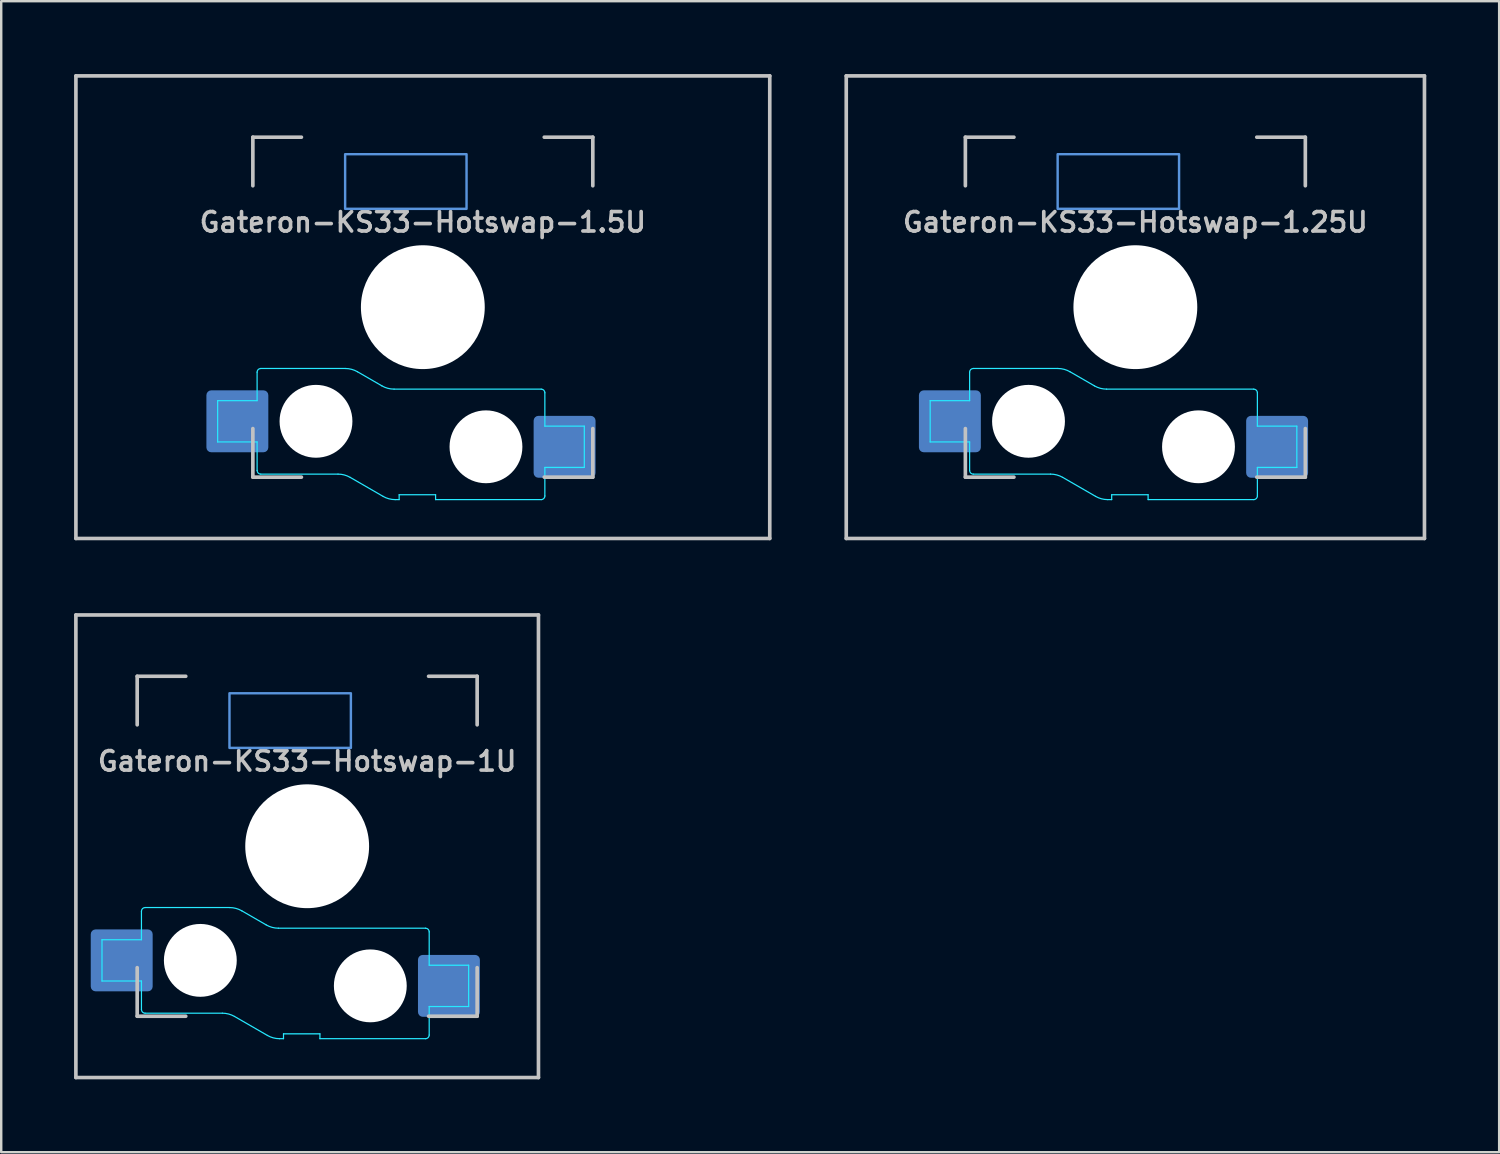
<source format=kicad_pcb>
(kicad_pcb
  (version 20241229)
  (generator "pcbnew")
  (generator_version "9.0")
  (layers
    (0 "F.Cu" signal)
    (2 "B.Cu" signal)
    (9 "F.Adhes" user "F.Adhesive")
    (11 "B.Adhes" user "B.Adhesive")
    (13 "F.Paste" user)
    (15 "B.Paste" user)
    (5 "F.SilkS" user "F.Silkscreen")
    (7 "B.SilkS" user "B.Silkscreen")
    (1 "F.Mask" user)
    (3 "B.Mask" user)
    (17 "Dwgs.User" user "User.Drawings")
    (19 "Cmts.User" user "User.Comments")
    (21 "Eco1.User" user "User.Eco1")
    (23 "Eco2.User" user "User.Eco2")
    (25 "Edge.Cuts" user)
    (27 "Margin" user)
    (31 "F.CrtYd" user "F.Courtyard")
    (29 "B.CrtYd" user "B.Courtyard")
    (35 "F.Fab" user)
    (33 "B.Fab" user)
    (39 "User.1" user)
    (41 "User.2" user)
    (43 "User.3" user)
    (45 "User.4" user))
  (footprint "Gateron-KS33-Hotswap-1.5U"
    (layer "F.Cu")
    (at 14.363 9.6)
    (property "Reference" "Gateron-KS33-Hotswap-1.5U" (at 0 -3.5 0) (layer "Dwgs.User") (effects (font (size 0.8 0.8) (thickness 0.15))))
    (attr smd)
    (fp_line (start -14.287 9.525) (end -14.287 -9.525) (stroke (width 0.15) (type solid)) (layer "Dwgs.User"))
    (fp_line (start -7 -7) (end -7 -5) (stroke (width 0.15) (type solid)) (layer "Dwgs.User"))
    (fp_line (start -7 5) (end -7 7) (stroke (width 0.15) (type solid)) (layer "Dwgs.User"))
    (fp_line (start -7 7) (end -5 7) (stroke (width 0.15) (type solid)) (layer "Dwgs.User"))
    (fp_line (start -5 -7) (end -7 -7) (stroke (width 0.15) (type solid)) (layer "Dwgs.User"))
    (fp_line (start 5 -7) (end 7 -7) (stroke (width 0.15) (type solid)) (layer "Dwgs.User"))
    (fp_line (start 5 7) (end 7 7) (stroke (width 0.15) (type solid)) (layer "Dwgs.User"))
    (fp_line (start 7 -7) (end 7 -5) (stroke (width 0.15) (type solid)) (layer "Dwgs.User"))
    (fp_line (start 7 7) (end 7 5) (stroke (width 0.15) (type solid)) (layer "Dwgs.User"))
    (fp_line (start 14.287 -9.525) (end -14.287 -9.525) (stroke (width 0.15) (type solid)) (layer "Dwgs.User"))
    (fp_line (start 14.287 9.525) (end -14.287 9.525) (stroke (width 0.15) (type solid)) (layer "Dwgs.User"))
    (fp_line (start 14.287 9.525) (end 14.287 -9.525) (stroke (width 0.15) (type solid)) (layer "Dwgs.User"))
    (fp_rect (start -3.2 -6.3) (end 1.8 -4.05) (stroke (width 0.1) (type default)) (fill no) (layer "Cmts.User"))
    (fp_line (start -8.45 3.85) (end -8.45 5.55) (stroke (width 0.05) (type solid)) (layer "B.CrtYd"))
    (fp_line (start -8.45 5.55) (end -6.825 5.55) (stroke (width 0.05) (type solid)) (layer "B.CrtYd"))
    (fp_line (start -6.825 2.675) (end -6.825 3.85) (stroke (width 0.05) (type solid)) (layer "B.CrtYd"))
    (fp_line (start -6.825 3.85) (end -8.45 3.85) (stroke (width 0.05) (type solid)) (layer "B.CrtYd"))
    (fp_line (start -6.825 5.55) (end -6.825 6.725) (stroke (width 0.05) (type solid)) (layer "B.CrtYd"))
    (fp_line (start -6.675 6.875) (end -3.493 6.875) (stroke (width 0.05) (type solid)) (layer "B.CrtYd"))
    (fp_line (start -3.193 2.525) (end -6.675 2.525) (stroke (width 0.05) (type solid)) (layer "B.CrtYd"))
    (fp_line (start -2.993 7.009) (end -1.638 7.791) (stroke (width 0.05) (type solid)) (layer "B.CrtYd"))
    (fp_line (start -1.685 3.241) (end -2.693 2.659) (stroke (width 0.05) (type solid)) (layer "B.CrtYd"))
    (fp_line (start -1.138 7.925) (end -0.975 7.925) (stroke (width 0.05) (type solid)) (layer "B.CrtYd"))
    (fp_line (start -0.975 7.725) (end 0.525 7.725) (stroke (width 0.05) (type solid)) (layer "B.CrtYd"))
    (fp_line (start -0.975 7.925) (end -0.975 7.725) (stroke (width 0.05) (type solid)) (layer "B.CrtYd"))
    (fp_line (start 0.525 7.725) (end 0.525 7.925) (stroke (width 0.05) (type solid)) (layer "B.CrtYd"))
    (fp_line (start 0.525 7.925) (end 4.875 7.925) (stroke (width 0.05) (type solid)) (layer "B.CrtYd"))
    (fp_line (start 4.875 3.375) (end -1.185 3.375) (stroke (width 0.05) (type solid)) (layer "B.CrtYd"))
    (fp_line (start 5.025 4.9) (end 5.025 3.525) (stroke (width 0.05) (type solid)) (layer "B.CrtYd"))
    (fp_line (start 5.025 6.6) (end 6.65 6.6) (stroke (width 0.05) (type solid)) (layer "B.CrtYd"))
    (fp_line (start 5.025 7.775) (end 5.025 6.6) (stroke (width 0.05) (type solid)) (layer "B.CrtYd"))
    (fp_line (start 6.65 4.9) (end 5.025 4.9) (stroke (width 0.05) (type solid)) (layer "B.CrtYd"))
    (fp_line (start 6.65 6.6) (end 6.65 4.9) (stroke (width 0.05) (type solid)) (layer "B.CrtYd"))
    (fp_arc (start -6.825 2.675) (mid -6.781066 2.568934) (end -6.675 2.525) (stroke (width 0.05) (type solid)) (layer "B.CrtYd"))
    (fp_arc (start -6.675 6.875) (mid -6.781066 6.831066) (end -6.825 6.725) (stroke (width 0.05) (type solid)) (layer "B.CrtYd"))
    (fp_arc (start -3.492949 6.875) (mid -3.23413 6.909074) (end -2.992949 7.008975) (stroke (width 0.05) (type solid)) (layer "B.CrtYd"))
    (fp_arc (start -3.192949 2.525) (mid -2.93413 2.559074) (end -2.692949 2.658975) (stroke (width 0.05) (type solid)) (layer "B.CrtYd"))
    (fp_arc (start -1.184808 3.375) (mid -1.443627 3.340926) (end -1.684808 3.241025) (stroke (width 0.05) (type solid)) (layer "B.CrtYd"))
    (fp_arc (start -1.138397 7.925) (mid -1.397216 7.890926) (end -1.638397 7.791025) (stroke (width 0.05) (type solid)) (layer "B.CrtYd"))
    (fp_arc (start 4.875 3.375) (mid 4.981066 3.418934) (end 5.025 3.525) (stroke (width 0.05) (type solid)) (layer "B.CrtYd"))
    (fp_arc (start 5.025 7.775) (mid 4.981066 7.881066) (end 4.875 7.925) (stroke (width 0.05) (type solid)) (layer "B.CrtYd"))
    (pad "" np_thru_hole circle (at -4.4 4.7 180) (size 3 3) (drill 3) (layers "*.Cu" "*.Mask"))
    (pad "" np_thru_hole circle (at 0 0 180) (size 5.1 5.1) (drill 5.1) (layers "*.Cu" "*.Mask"))
    (pad "" np_thru_hole circle (at 2.6 5.75 180) (size 3 3) (drill 3) (layers "*.Cu" "*.Mask"))
    (pad "1" smd roundrect (at -7.638 4.7 180) (size 2.55 2.55) (layers "B.Cu" "B.Mask" "B.Paste") (roundrect_rratio 0.078))
    (pad "2" smd roundrect (at 5.838 5.75 180) (size 2.55 2.55) (layers "B.Cu" "B.Mask" "B.Paste") (roundrect_rratio 0.078)))
  (footprint "Gateron-KS33-Hotswap-1.25U"
    (layer "F.Cu")
    (at 43.706 9.6)
    (property "Reference" "Gateron-KS33-Hotswap-1.25U" (at 0 -3.5 0) (layer "Dwgs.User") (effects (font (size 0.8 0.8) (thickness 0.15))))
    (attr smd)
    (fp_line (start -11.906 9.525) (end -11.906 -9.525) (stroke (width 0.15) (type solid)) (layer "Dwgs.User"))
    (fp_line (start -7 -7) (end -7 -5) (stroke (width 0.15) (type solid)) (layer "Dwgs.User"))
    (fp_line (start -7 5) (end -7 7) (stroke (width 0.15) (type solid)) (layer "Dwgs.User"))
    (fp_line (start -7 7) (end -5 7) (stroke (width 0.15) (type solid)) (layer "Dwgs.User"))
    (fp_line (start -5 -7) (end -7 -7) (stroke (width 0.15) (type solid)) (layer "Dwgs.User"))
    (fp_line (start 5 -7) (end 7 -7) (stroke (width 0.15) (type solid)) (layer "Dwgs.User"))
    (fp_line (start 5 7) (end 7 7) (stroke (width 0.15) (type solid)) (layer "Dwgs.User"))
    (fp_line (start 7 -7) (end 7 -5) (stroke (width 0.15) (type solid)) (layer "Dwgs.User"))
    (fp_line (start 7 7) (end 7 5) (stroke (width 0.15) (type solid)) (layer "Dwgs.User"))
    (fp_line (start 11.906 -9.525) (end -11.906 -9.525) (stroke (width 0.15) (type solid)) (layer "Dwgs.User"))
    (fp_line (start 11.906 9.525) (end -11.906 9.525) (stroke (width 0.15) (type solid)) (layer "Dwgs.User"))
    (fp_line (start 11.906 9.525) (end 11.906 -9.525) (stroke (width 0.15) (type solid)) (layer "Dwgs.User"))
    (fp_rect (start -3.2 -6.3) (end 1.8 -4.05) (stroke (width 0.1) (type default)) (fill no) (layer "Cmts.User"))
    (fp_line (start -8.45 3.85) (end -8.45 5.55) (stroke (width 0.05) (type solid)) (layer "B.CrtYd"))
    (fp_line (start -8.45 5.55) (end -6.825 5.55) (stroke (width 0.05) (type solid)) (layer "B.CrtYd"))
    (fp_line (start -6.825 2.675) (end -6.825 3.85) (stroke (width 0.05) (type solid)) (layer "B.CrtYd"))
    (fp_line (start -6.825 3.85) (end -8.45 3.85) (stroke (width 0.05) (type solid)) (layer "B.CrtYd"))
    (fp_line (start -6.825 5.55) (end -6.825 6.725) (stroke (width 0.05) (type solid)) (layer "B.CrtYd"))
    (fp_line (start -6.675 6.875) (end -3.493 6.875) (stroke (width 0.05) (type solid)) (layer "B.CrtYd"))
    (fp_line (start -3.193 2.525) (end -6.675 2.525) (stroke (width 0.05) (type solid)) (layer "B.CrtYd"))
    (fp_line (start -2.993 7.009) (end -1.638 7.791) (stroke (width 0.05) (type solid)) (layer "B.CrtYd"))
    (fp_line (start -1.685 3.241) (end -2.693 2.659) (stroke (width 0.05) (type solid)) (layer "B.CrtYd"))
    (fp_line (start -1.138 7.925) (end -0.975 7.925) (stroke (width 0.05) (type solid)) (layer "B.CrtYd"))
    (fp_line (start -0.975 7.725) (end 0.525 7.725) (stroke (width 0.05) (type solid)) (layer "B.CrtYd"))
    (fp_line (start -0.975 7.925) (end -0.975 7.725) (stroke (width 0.05) (type solid)) (layer "B.CrtYd"))
    (fp_line (start 0.525 7.725) (end 0.525 7.925) (stroke (width 0.05) (type solid)) (layer "B.CrtYd"))
    (fp_line (start 0.525 7.925) (end 4.875 7.925) (stroke (width 0.05) (type solid)) (layer "B.CrtYd"))
    (fp_line (start 4.875 3.375) (end -1.185 3.375) (stroke (width 0.05) (type solid)) (layer "B.CrtYd"))
    (fp_line (start 5.025 4.9) (end 5.025 3.525) (stroke (width 0.05) (type solid)) (layer "B.CrtYd"))
    (fp_line (start 5.025 6.6) (end 6.65 6.6) (stroke (width 0.05) (type solid)) (layer "B.CrtYd"))
    (fp_line (start 5.025 7.775) (end 5.025 6.6) (stroke (width 0.05) (type solid)) (layer "B.CrtYd"))
    (fp_line (start 6.65 4.9) (end 5.025 4.9) (stroke (width 0.05) (type solid)) (layer "B.CrtYd"))
    (fp_line (start 6.65 6.6) (end 6.65 4.9) (stroke (width 0.05) (type solid)) (layer "B.CrtYd"))
    (fp_arc (start -6.825 2.675) (mid -6.781066 2.568934) (end -6.675 2.525) (stroke (width 0.05) (type solid)) (layer "B.CrtYd"))
    (fp_arc (start -6.675 6.875) (mid -6.781066 6.831066) (end -6.825 6.725) (stroke (width 0.05) (type solid)) (layer "B.CrtYd"))
    (fp_arc (start -3.492949 6.875) (mid -3.23413 6.909074) (end -2.992949 7.008975) (stroke (width 0.05) (type solid)) (layer "B.CrtYd"))
    (fp_arc (start -3.192949 2.525) (mid -2.93413 2.559074) (end -2.692949 2.658975) (stroke (width 0.05) (type solid)) (layer "B.CrtYd"))
    (fp_arc (start -1.184808 3.375) (mid -1.443627 3.340926) (end -1.684808 3.241025) (stroke (width 0.05) (type solid)) (layer "B.CrtYd"))
    (fp_arc (start -1.138397 7.925) (mid -1.397216 7.890926) (end -1.638397 7.791025) (stroke (width 0.05) (type solid)) (layer "B.CrtYd"))
    (fp_arc (start 4.875 3.375) (mid 4.981066 3.418934) (end 5.025 3.525) (stroke (width 0.05) (type solid)) (layer "B.CrtYd"))
    (fp_arc (start 5.025 7.775) (mid 4.981066 7.881066) (end 4.875 7.925) (stroke (width 0.05) (type solid)) (layer "B.CrtYd"))
    (pad "" np_thru_hole circle (at -4.4 4.7 180) (size 3 3) (drill 3) (layers "*.Cu" "*.Mask"))
    (pad "" np_thru_hole circle (at 0 0 180) (size 5.1 5.1) (drill 5.1) (layers "*.Cu" "*.Mask"))
    (pad "" np_thru_hole circle (at 2.6 5.75 180) (size 3 3) (drill 3) (layers "*.Cu" "*.Mask"))
    (pad "1" smd roundrect (at -7.638 4.7 180) (size 2.55 2.55) (layers "B.Cu" "B.Mask" "B.Paste") (roundrect_rratio 0.078))
    (pad "2" smd roundrect (at 5.838 5.75 180) (size 2.55 2.55) (layers "B.Cu" "B.Mask" "B.Paste") (roundrect_rratio 0.078)))
  (footprint "Gateron-KS33-Hotswap-1U"
    (layer "F.Cu")
    (at 9.6 31.8)
    (property "Reference" "Gateron-KS33-Hotswap-1U" (at 0 -3.5 0) (layer "Dwgs.User") (effects (font (size 0.8 0.8) (thickness 0.15))))
    (attr smd)
    (fp_line (start -9.525 9.525) (end -9.525 -9.525) (stroke (width 0.15) (type solid)) (layer "Dwgs.User"))
    (fp_line (start -7 -7) (end -7 -5) (stroke (width 0.15) (type solid)) (layer "Dwgs.User"))
    (fp_line (start -7 5) (end -7 7) (stroke (width 0.15) (type solid)) (layer "Dwgs.User"))
    (fp_line (start -7 7) (end -5 7) (stroke (width 0.15) (type solid)) (layer "Dwgs.User"))
    (fp_line (start -5 -7) (end -7 -7) (stroke (width 0.15) (type solid)) (layer "Dwgs.User"))
    (fp_line (start 5 -7) (end 7 -7) (stroke (width 0.15) (type solid)) (layer "Dwgs.User"))
    (fp_line (start 5 7) (end 7 7) (stroke (width 0.15) (type solid)) (layer "Dwgs.User"))
    (fp_line (start 7 -7) (end 7 -5) (stroke (width 0.15) (type solid)) (layer "Dwgs.User"))
    (fp_line (start 7 7) (end 7 5) (stroke (width 0.15) (type solid)) (layer "Dwgs.User"))
    (fp_line (start 9.525 -9.525) (end -9.525 -9.525) (stroke (width 0.15) (type solid)) (layer "Dwgs.User"))
    (fp_line (start 9.525 9.525) (end -9.525 9.525) (stroke (width 0.15) (type solid)) (layer "Dwgs.User"))
    (fp_line (start 9.525 9.525) (end 9.525 -9.525) (stroke (width 0.15) (type solid)) (layer "Dwgs.User"))
    (fp_rect (start -3.2 -6.3) (end 1.8 -4.05) (stroke (width 0.1) (type default)) (fill no) (layer "Cmts.User"))
    (fp_line (start -8.45 3.85) (end -8.45 5.55) (stroke (width 0.05) (type solid)) (layer "B.CrtYd"))
    (fp_line (start -8.45 5.55) (end -6.825 5.55) (stroke (width 0.05) (type solid)) (layer "B.CrtYd"))
    (fp_line (start -6.825 2.675) (end -6.825 3.85) (stroke (width 0.05) (type solid)) (layer "B.CrtYd"))
    (fp_line (start -6.825 3.85) (end -8.45 3.85) (stroke (width 0.05) (type solid)) (layer "B.CrtYd"))
    (fp_line (start -6.825 5.55) (end -6.825 6.725) (stroke (width 0.05) (type solid)) (layer "B.CrtYd"))
    (fp_line (start -6.675 6.875) (end -3.493 6.875) (stroke (width 0.05) (type solid)) (layer "B.CrtYd"))
    (fp_line (start -3.193 2.525) (end -6.675 2.525) (stroke (width 0.05) (type solid)) (layer "B.CrtYd"))
    (fp_line (start -2.993 7.009) (end -1.638 7.791) (stroke (width 0.05) (type solid)) (layer "B.CrtYd"))
    (fp_line (start -1.685 3.241) (end -2.693 2.659) (stroke (width 0.05) (type solid)) (layer "B.CrtYd"))
    (fp_line (start -1.138 7.925) (end -0.975 7.925) (stroke (width 0.05) (type solid)) (layer "B.CrtYd"))
    (fp_line (start -0.975 7.725) (end 0.525 7.725) (stroke (width 0.05) (type solid)) (layer "B.CrtYd"))
    (fp_line (start -0.975 7.925) (end -0.975 7.725) (stroke (width 0.05) (type solid)) (layer "B.CrtYd"))
    (fp_line (start 0.525 7.725) (end 0.525 7.925) (stroke (width 0.05) (type solid)) (layer "B.CrtYd"))
    (fp_line (start 0.525 7.925) (end 4.875 7.925) (stroke (width 0.05) (type solid)) (layer "B.CrtYd"))
    (fp_line (start 4.875 3.375) (end -1.185 3.375) (stroke (width 0.05) (type solid)) (layer "B.CrtYd"))
    (fp_line (start 5.025 4.9) (end 5.025 3.525) (stroke (width 0.05) (type solid)) (layer "B.CrtYd"))
    (fp_line (start 5.025 6.6) (end 6.65 6.6) (stroke (width 0.05) (type solid)) (layer "B.CrtYd"))
    (fp_line (start 5.025 7.775) (end 5.025 6.6) (stroke (width 0.05) (type solid)) (layer "B.CrtYd"))
    (fp_line (start 6.65 4.9) (end 5.025 4.9) (stroke (width 0.05) (type solid)) (layer "B.CrtYd"))
    (fp_line (start 6.65 6.6) (end 6.65 4.9) (stroke (width 0.05) (type solid)) (layer "B.CrtYd"))
    (fp_arc (start -6.825 2.675) (mid -6.781066 2.568934) (end -6.675 2.525) (stroke (width 0.05) (type solid)) (layer "B.CrtYd"))
    (fp_arc (start -6.675 6.875) (mid -6.781066 6.831066) (end -6.825 6.725) (stroke (width 0.05) (type solid)) (layer "B.CrtYd"))
    (fp_arc (start -3.492949 6.875) (mid -3.23413 6.909074) (end -2.992949 7.008975) (stroke (width 0.05) (type solid)) (layer "B.CrtYd"))
    (fp_arc (start -3.192949 2.525) (mid -2.93413 2.559074) (end -2.692949 2.658975) (stroke (width 0.05) (type solid)) (layer "B.CrtYd"))
    (fp_arc (start -1.184808 3.375) (mid -1.443627 3.340926) (end -1.684808 3.241025) (stroke (width 0.05) (type solid)) (layer "B.CrtYd"))
    (fp_arc (start -1.138397 7.925) (mid -1.397216 7.890926) (end -1.638397 7.791025) (stroke (width 0.05) (type solid)) (layer "B.CrtYd"))
    (fp_arc (start 4.875 3.375) (mid 4.981066 3.418934) (end 5.025 3.525) (stroke (width 0.05) (type solid)) (layer "B.CrtYd"))
    (fp_arc (start 5.025 7.775) (mid 4.981066 7.881066) (end 4.875 7.925) (stroke (width 0.05) (type solid)) (layer "B.CrtYd"))
    (pad "" np_thru_hole circle (at -4.4 4.7 180) (size 3 3) (drill 3) (layers "*.Cu" "*.Mask"))
    (pad "" np_thru_hole circle (at 0 0 180) (size 5.1 5.1) (drill 5.1) (layers "*.Cu" "*.Mask"))
    (pad "" np_thru_hole circle (at 2.6 5.75 180) (size 3 3) (drill 3) (layers "*.Cu" "*.Mask"))
    (pad "1" smd roundrect (at -7.638 4.7 180) (size 2.55 2.55) (layers "B.Cu" "B.Mask" "B.Paste") (roundrect_rratio 0.078))
    (pad "2" smd roundrect (at 5.838 5.75 180) (size 2.55 2.55) (layers "B.Cu" "B.Mask" "B.Paste") (roundrect_rratio 0.078)))
  (gr_rect
    (start -3 -3)
    (end 58.688 44.4)
    (stroke (width 0.1) (type default))
    (fill no)
    (layer "Edge.Cuts")))
</source>
